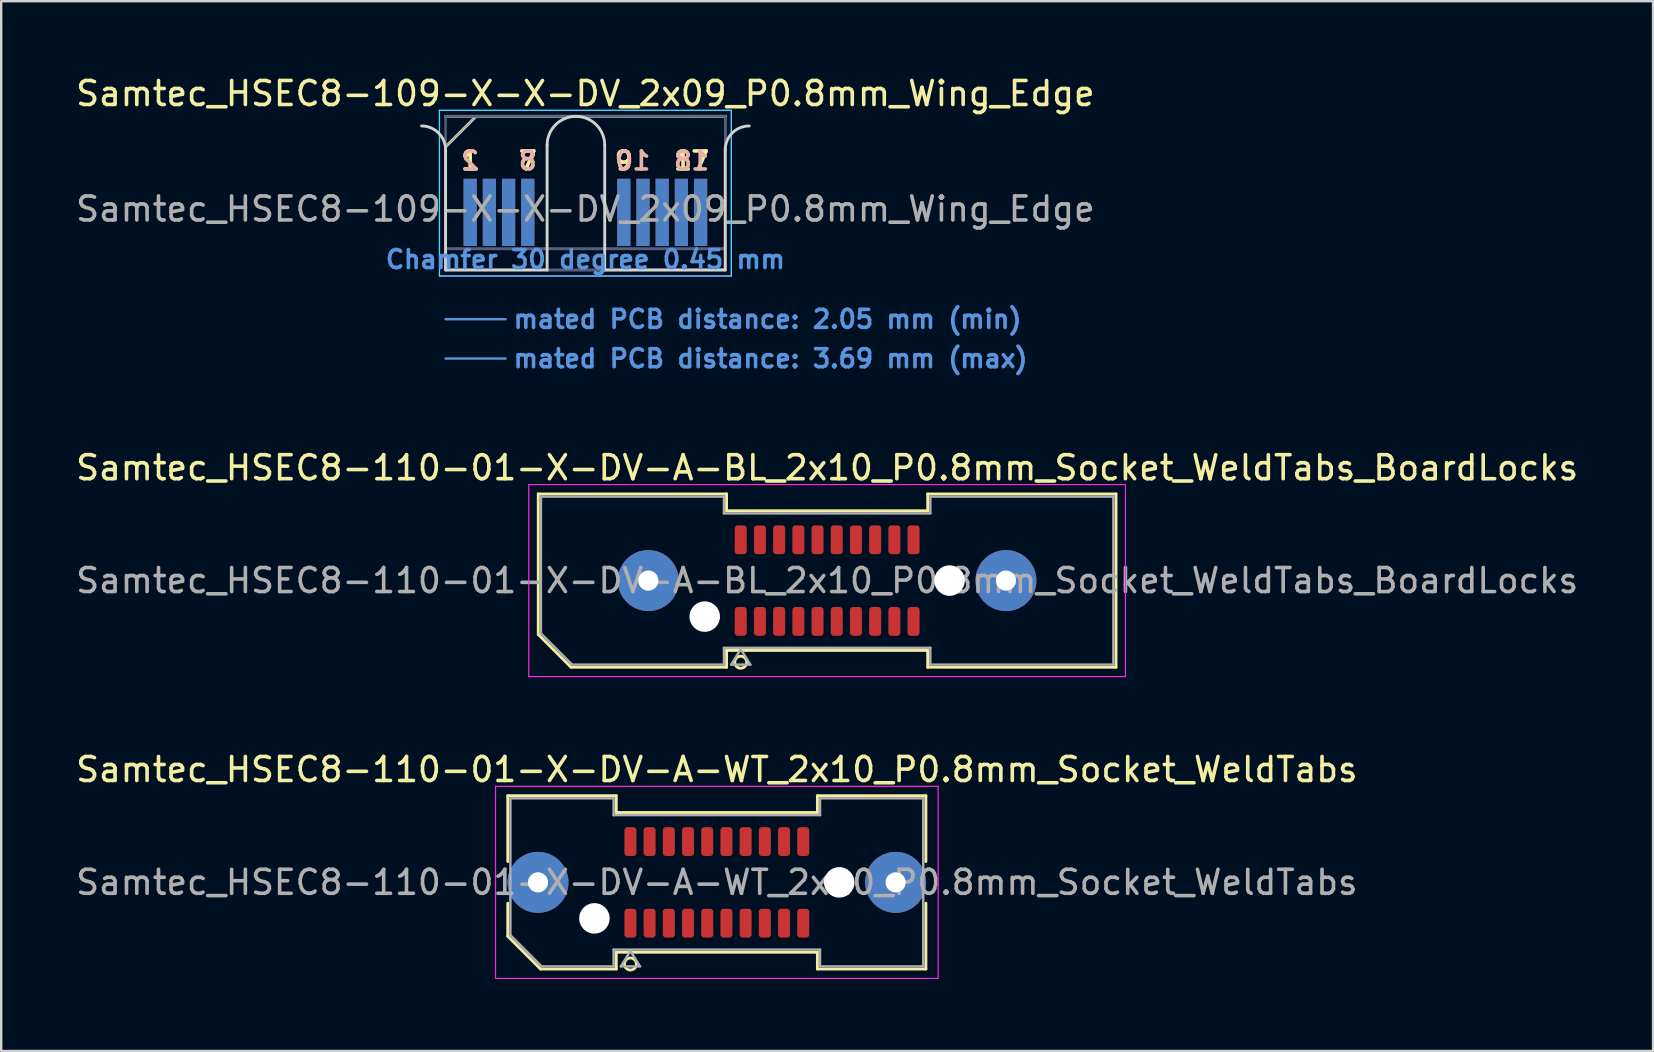
<source format=kicad_pcb>
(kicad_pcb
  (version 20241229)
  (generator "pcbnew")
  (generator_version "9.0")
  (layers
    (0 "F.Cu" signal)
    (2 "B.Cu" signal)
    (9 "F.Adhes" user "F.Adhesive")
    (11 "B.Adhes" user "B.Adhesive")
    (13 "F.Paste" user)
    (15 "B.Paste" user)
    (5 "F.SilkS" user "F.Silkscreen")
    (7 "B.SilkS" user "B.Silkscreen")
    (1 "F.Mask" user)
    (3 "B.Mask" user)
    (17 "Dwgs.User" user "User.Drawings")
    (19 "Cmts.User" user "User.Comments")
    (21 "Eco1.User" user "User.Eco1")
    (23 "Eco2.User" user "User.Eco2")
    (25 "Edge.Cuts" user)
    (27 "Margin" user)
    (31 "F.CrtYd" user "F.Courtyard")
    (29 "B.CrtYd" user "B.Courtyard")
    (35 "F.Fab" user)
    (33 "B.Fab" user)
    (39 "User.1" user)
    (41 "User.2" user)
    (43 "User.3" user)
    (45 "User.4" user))
  (footprint "Samtec_HSEC8-110-01-X-DV-A-WT_2x10_P0.8mm_Socket_WeldTabs"
    (layer "F.Cu")
    (at 26.815 33.712)
    (property "Reference" "Samtec_HSEC8-110-01-X-DV-A-WT_2x10_P0.8mm_Socket_WeldTabs" (at 0 -4.7 0) (layer "F.SilkS") (effects (font (size 1 1) (thickness 0.15))))
    (attr smd)
    (fp_line (start -8.71 -3.61) (end -4.19 -3.61) (stroke (width 0.12) (type solid)) (layer "F.SilkS"))
    (fp_line (start -8.71 -0.868) (end -8.71 -3.61) (stroke (width 0.12) (type solid)) (layer "F.SilkS"))
    (fp_line (start -8.71 2.246) (end -8.71 0.868) (stroke (width 0.12) (type solid)) (layer "F.SilkS"))
    (fp_line (start -7.346 3.61) (end -8.71 2.246) (stroke (width 0.12) (type solid)) (layer "F.SilkS"))
    (fp_line (start -4.19 -3.61) (end -4.19 -2.91) (stroke (width 0.12) (type solid)) (layer "F.SilkS"))
    (fp_line (start -4.19 -2.91) (end 4.19 -2.91) (stroke (width 0.12) (type solid)) (layer "F.SilkS"))
    (fp_line (start -4.19 2.91) (end -4.19 3.61) (stroke (width 0.12) (type solid)) (layer "F.SilkS"))
    (fp_line (start -4.19 3.61) (end -7.346 3.61) (stroke (width 0.12) (type solid)) (layer "F.SilkS"))
    (fp_line (start 4.19 -3.61) (end 8.71 -3.61) (stroke (width 0.12) (type solid)) (layer "F.SilkS"))
    (fp_line (start 4.19 -2.91) (end 4.19 -3.61) (stroke (width 0.12) (type solid)) (layer "F.SilkS"))
    (fp_line (start 4.19 2.91) (end -4.19 2.91) (stroke (width 0.12) (type solid)) (layer "F.SilkS"))
    (fp_line (start 4.19 3.61) (end 4.19 2.91) (stroke (width 0.12) (type solid)) (layer "F.SilkS"))
    (fp_line (start 8.71 -3.61) (end 8.71 -0.868) (stroke (width 0.12) (type solid)) (layer "F.SilkS"))
    (fp_line (start 8.71 0.868) (end 8.71 3.61) (stroke (width 0.12) (type solid)) (layer "F.SilkS"))
    (fp_line (start 8.71 3.61) (end 4.19 3.61) (stroke (width 0.12) (type solid)) (layer "F.SilkS"))
    (fp_circle (center -3.6 3.4) (end -3.35 3.4) (stroke (width 0.12) (type solid)) (fill no) (layer "F.SilkS"))
    (fp_line (start -9.22 -4) (end -9.22 4) (stroke (width 0.05) (type solid)) (layer "F.CrtYd"))
    (fp_line (start -9.22 4) (end 9.22 4) (stroke (width 0.05) (type solid)) (layer "F.CrtYd"))
    (fp_line (start 9.22 -4) (end -9.22 -4) (stroke (width 0.05) (type solid)) (layer "F.CrtYd"))
    (fp_line (start 9.22 4) (end 9.22 -4) (stroke (width 0.05) (type solid)) (layer "F.CrtYd"))
    (fp_line (start -8.6 -3.5) (end -4.3 -3.5) (stroke (width 0.1) (type solid)) (layer "F.Fab"))
    (fp_line (start -8.6 2.2) (end -8.6 -3.5) (stroke (width 0.1) (type solid)) (layer "F.Fab"))
    (fp_line (start -7.3 3.5) (end -8.6 2.2) (stroke (width 0.1) (type solid)) (layer "F.Fab"))
    (fp_line (start -4.3 -3.5) (end -4.3 -2.8) (stroke (width 0.1) (type solid)) (layer "F.Fab"))
    (fp_line (start -4.3 -2.8) (end 4.3 -2.8) (stroke (width 0.1) (type solid)) (layer "F.Fab"))
    (fp_line (start -4.3 2.8) (end -4.3 3.5) (stroke (width 0.1) (type solid)) (layer "F.Fab"))
    (fp_line (start -4.3 3.5) (end -7.3 3.5) (stroke (width 0.1) (type solid)) (layer "F.Fab"))
    (fp_line (start -4 3.5) (end -3.6 2.86) (stroke (width 0.1) (type solid)) (layer "F.Fab"))
    (fp_line (start -3.6 2.86) (end -3.2 3.5) (stroke (width 0.1) (type solid)) (layer "F.Fab"))
    (fp_line (start -3.2 3.5) (end -4 3.5) (stroke (width 0.1) (type solid)) (layer "F.Fab"))
    (fp_line (start 4.3 -3.5) (end 8.6 -3.5) (stroke (width 0.1) (type solid)) (layer "F.Fab"))
    (fp_line (start 4.3 -2.8) (end 4.3 -3.5) (stroke (width 0.1) (type solid)) (layer "F.Fab"))
    (fp_line (start 4.3 2.8) (end -4.3 2.8) (stroke (width 0.1) (type solid)) (layer "F.Fab"))
    (fp_line (start 4.3 3.5) (end 4.3 2.8) (stroke (width 0.1) (type solid)) (layer "F.Fab"))
    (fp_line (start 8.6 -3.5) (end 8.6 3.5) (stroke (width 0.1) (type solid)) (layer "F.Fab"))
    (fp_line (start 8.6 3.5) (end 4.3 3.5) (stroke (width 0.1) (type solid)) (layer "F.Fab"))
    (fp_text user "${REFERENCE}" (at 0 0 0) (layer "F.Fab") (effects (font (size 1 1) (thickness 0.15))))
    (pad "" thru_hole circle (at -7.45 0) (size 2.54 2.54) (drill 0.84) (layers "*.Cu" "*.Mask" "F.Paste"))
    (pad "" np_thru_hole circle (at -5.1 1.5) (size 1.27 1.27) (drill 1.27) (layers "*.Cu" "*.Mask"))
    (pad "" np_thru_hole circle (at 5.1 0) (size 1.27 1.27) (drill 1.27) (layers "*.Cu" "*.Mask"))
    (pad "" thru_hole circle (at 7.45 0) (size 2.54 2.54) (drill 0.84) (layers "*.Cu" "*.Mask" "F.Paste"))
    (pad "1" smd roundrect (at -3.6 1.7) (size 0.5 1.2) (layers "F.Cu" "F.Mask" "F.Paste") (roundrect_rratio 0.25))
    (pad "2" smd roundrect (at -3.6 -1.7) (size 0.5 1.2) (layers "F.Cu" "F.Mask" "F.Paste") (roundrect_rratio 0.25))
    (pad "3" smd roundrect (at -2.8 1.7) (size 0.5 1.2) (layers "F.Cu" "F.Mask" "F.Paste") (roundrect_rratio 0.25))
    (pad "4" smd roundrect (at -2.8 -1.7) (size 0.5 1.2) (layers "F.Cu" "F.Mask" "F.Paste") (roundrect_rratio 0.25))
    (pad "5" smd roundrect (at -2 1.7) (size 0.5 1.2) (layers "F.Cu" "F.Mask" "F.Paste") (roundrect_rratio 0.25))
    (pad "6" smd roundrect (at -2 -1.7) (size 0.5 1.2) (layers "F.Cu" "F.Mask" "F.Paste") (roundrect_rratio 0.25))
    (pad "7" smd roundrect (at -1.2 1.7) (size 0.5 1.2) (layers "F.Cu" "F.Mask" "F.Paste") (roundrect_rratio 0.25))
    (pad "8" smd roundrect (at -1.2 -1.7) (size 0.5 1.2) (layers "F.Cu" "F.Mask" "F.Paste") (roundrect_rratio 0.25))
    (pad "9" smd roundrect (at -0.4 1.7) (size 0.5 1.2) (layers "F.Cu" "F.Mask" "F.Paste") (roundrect_rratio 0.25))
    (pad "10" smd roundrect (at -0.4 -1.7) (size 0.5 1.2) (layers "F.Cu" "F.Mask" "F.Paste") (roundrect_rratio 0.25))
    (pad "11" smd roundrect (at 0.4 1.7) (size 0.5 1.2) (layers "F.Cu" "F.Mask" "F.Paste") (roundrect_rratio 0.25))
    (pad "12" smd roundrect (at 0.4 -1.7) (size 0.5 1.2) (layers "F.Cu" "F.Mask" "F.Paste") (roundrect_rratio 0.25))
    (pad "13" smd roundrect (at 1.2 1.7) (size 0.5 1.2) (layers "F.Cu" "F.Mask" "F.Paste") (roundrect_rratio 0.25))
    (pad "14" smd roundrect (at 1.2 -1.7) (size 0.5 1.2) (layers "F.Cu" "F.Mask" "F.Paste") (roundrect_rratio 0.25))
    (pad "15" smd roundrect (at 2 1.7) (size 0.5 1.2) (layers "F.Cu" "F.Mask" "F.Paste") (roundrect_rratio 0.25))
    (pad "16" smd roundrect (at 2 -1.7) (size 0.5 1.2) (layers "F.Cu" "F.Mask" "F.Paste") (roundrect_rratio 0.25))
    (pad "17" smd roundrect (at 2.8 1.7) (size 0.5 1.2) (layers "F.Cu" "F.Mask" "F.Paste") (roundrect_rratio 0.25))
    (pad "18" smd roundrect (at 2.8 -1.7) (size 0.5 1.2) (layers "F.Cu" "F.Mask" "F.Paste") (roundrect_rratio 0.25))
    (pad "19" smd roundrect (at 3.6 1.7) (size 0.5 1.2) (layers "F.Cu" "F.Mask" "F.Paste") (roundrect_rratio 0.25))
    (pad "20" smd roundrect (at 3.6 -1.7) (size 0.5 1.2) (layers "F.Cu" "F.Mask" "F.Paste") (roundrect_rratio 0.25)))
  (footprint "Samtec_HSEC8-110-01-X-DV-A-BL_2x10_P0.8mm_Socket_WeldTabs_BoardLocks"
    (layer "F.Cu")
    (at 31.411 21.139)
    (property "Reference" "Samtec_HSEC8-110-01-X-DV-A-BL_2x10_P0.8mm_Socket_WeldTabs_BoardLocks" (at 0 -4.7 0) (layer "F.SilkS") (effects (font (size 1 1) (thickness 0.15))))
    (attr smd)
    (fp_line (start -12.035 -3.61) (end -4.19 -3.61) (stroke (width 0.12) (type solid)) (layer "F.SilkS"))
    (fp_line (start -12.035 2.246) (end -12.035 -3.61) (stroke (width 0.12) (type solid)) (layer "F.SilkS"))
    (fp_line (start -10.671 3.61) (end -12.035 2.246) (stroke (width 0.12) (type solid)) (layer "F.SilkS"))
    (fp_line (start -4.19 -3.61) (end -4.19 -2.91) (stroke (width 0.12) (type solid)) (layer "F.SilkS"))
    (fp_line (start -4.19 -2.91) (end 4.19 -2.91) (stroke (width 0.12) (type solid)) (layer "F.SilkS"))
    (fp_line (start -4.19 2.91) (end -4.19 3.61) (stroke (width 0.12) (type solid)) (layer "F.SilkS"))
    (fp_line (start -4.19 3.61) (end -10.671 3.61) (stroke (width 0.12) (type solid)) (layer "F.SilkS"))
    (fp_line (start 4.19 -3.61) (end 12.035 -3.61) (stroke (width 0.12) (type solid)) (layer "F.SilkS"))
    (fp_line (start 4.19 -2.91) (end 4.19 -3.61) (stroke (width 0.12) (type solid)) (layer "F.SilkS"))
    (fp_line (start 4.19 2.91) (end -4.19 2.91) (stroke (width 0.12) (type solid)) (layer "F.SilkS"))
    (fp_line (start 4.19 3.61) (end 4.19 2.91) (stroke (width 0.12) (type solid)) (layer "F.SilkS"))
    (fp_line (start 12.035 -3.61) (end 12.035 3.61) (stroke (width 0.12) (type solid)) (layer "F.SilkS"))
    (fp_line (start 12.035 3.61) (end 4.19 3.61) (stroke (width 0.12) (type solid)) (layer "F.SilkS"))
    (fp_circle (center -3.6 3.4) (end -3.35 3.4) (stroke (width 0.12) (type solid)) (fill no) (layer "F.SilkS"))
    (fp_line (start -12.43 -4) (end -12.43 4) (stroke (width 0.05) (type solid)) (layer "F.CrtYd"))
    (fp_line (start -12.43 4) (end 12.43 4) (stroke (width 0.05) (type solid)) (layer "F.CrtYd"))
    (fp_line (start 12.43 -4) (end -12.43 -4) (stroke (width 0.05) (type solid)) (layer "F.CrtYd"))
    (fp_line (start 12.43 4) (end 12.43 -4) (stroke (width 0.05) (type solid)) (layer "F.CrtYd"))
    (fp_line (start -11.925 -3.5) (end -4.3 -3.5) (stroke (width 0.1) (type solid)) (layer "F.Fab"))
    (fp_line (start -11.925 2.2) (end -11.925 -3.5) (stroke (width 0.1) (type solid)) (layer "F.Fab"))
    (fp_line (start -10.625 3.5) (end -11.925 2.2) (stroke (width 0.1) (type solid)) (layer "F.Fab"))
    (fp_line (start -4.3 -3.5) (end -4.3 -2.8) (stroke (width 0.1) (type solid)) (layer "F.Fab"))
    (fp_line (start -4.3 -2.8) (end 4.3 -2.8) (stroke (width 0.1) (type solid)) (layer "F.Fab"))
    (fp_line (start -4.3 2.8) (end -4.3 3.5) (stroke (width 0.1) (type solid)) (layer "F.Fab"))
    (fp_line (start -4.3 3.5) (end -10.625 3.5) (stroke (width 0.1) (type solid)) (layer "F.Fab"))
    (fp_line (start -4 3.5) (end -3.6 2.86) (stroke (width 0.1) (type solid)) (layer "F.Fab"))
    (fp_line (start -3.6 2.86) (end -3.2 3.5) (stroke (width 0.1) (type solid)) (layer "F.Fab"))
    (fp_line (start -3.2 3.5) (end -4 3.5) (stroke (width 0.1) (type solid)) (layer "F.Fab"))
    (fp_line (start 4.3 -3.5) (end 11.925 -3.5) (stroke (width 0.1) (type solid)) (layer "F.Fab"))
    (fp_line (start 4.3 -2.8) (end 4.3 -3.5) (stroke (width 0.1) (type solid)) (layer "F.Fab"))
    (fp_line (start 4.3 2.8) (end -4.3 2.8) (stroke (width 0.1) (type solid)) (layer "F.Fab"))
    (fp_line (start 4.3 3.5) (end 4.3 2.8) (stroke (width 0.1) (type solid)) (layer "F.Fab"))
    (fp_line (start 11.925 -3.5) (end 11.925 3.5) (stroke (width 0.1) (type solid)) (layer "F.Fab"))
    (fp_line (start 11.925 3.5) (end 4.3 3.5) (stroke (width 0.1) (type solid)) (layer "F.Fab"))
    (fp_text user "${REFERENCE}" (at 0 0 0) (layer "F.Fab") (effects (font (size 1 1) (thickness 0.15))))
    (pad "" thru_hole circle (at -7.45 0) (size 2.54 2.54) (drill 0.84) (layers "*.Cu" "*.Mask" "F.Paste"))
    (pad "" np_thru_hole circle (at -5.1 1.5) (size 1.27 1.27) (drill 1.27) (layers "*.Cu" "*.Mask"))
    (pad "" np_thru_hole circle (at 5.1 0) (size 1.27 1.27) (drill 1.27) (layers "*.Cu" "*.Mask"))
    (pad "" thru_hole circle (at 7.45 0) (size 2.54 2.54) (drill 0.84) (layers "*.Cu" "*.Mask" "F.Paste"))
    (pad "1" smd roundrect (at -3.6 1.7) (size 0.5 1.2) (layers "F.Cu" "F.Mask" "F.Paste") (roundrect_rratio 0.25))
    (pad "2" smd roundrect (at -3.6 -1.7) (size 0.5 1.2) (layers "F.Cu" "F.Mask" "F.Paste") (roundrect_rratio 0.25))
    (pad "3" smd roundrect (at -2.8 1.7) (size 0.5 1.2) (layers "F.Cu" "F.Mask" "F.Paste") (roundrect_rratio 0.25))
    (pad "4" smd roundrect (at -2.8 -1.7) (size 0.5 1.2) (layers "F.Cu" "F.Mask" "F.Paste") (roundrect_rratio 0.25))
    (pad "5" smd roundrect (at -2 1.7) (size 0.5 1.2) (layers "F.Cu" "F.Mask" "F.Paste") (roundrect_rratio 0.25))
    (pad "6" smd roundrect (at -2 -1.7) (size 0.5 1.2) (layers "F.Cu" "F.Mask" "F.Paste") (roundrect_rratio 0.25))
    (pad "7" smd roundrect (at -1.2 1.7) (size 0.5 1.2) (layers "F.Cu" "F.Mask" "F.Paste") (roundrect_rratio 0.25))
    (pad "8" smd roundrect (at -1.2 -1.7) (size 0.5 1.2) (layers "F.Cu" "F.Mask" "F.Paste") (roundrect_rratio 0.25))
    (pad "9" smd roundrect (at -0.4 1.7) (size 0.5 1.2) (layers "F.Cu" "F.Mask" "F.Paste") (roundrect_rratio 0.25))
    (pad "10" smd roundrect (at -0.4 -1.7) (size 0.5 1.2) (layers "F.Cu" "F.Mask" "F.Paste") (roundrect_rratio 0.25))
    (pad "11" smd roundrect (at 0.4 1.7) (size 0.5 1.2) (layers "F.Cu" "F.Mask" "F.Paste") (roundrect_rratio 0.25))
    (pad "12" smd roundrect (at 0.4 -1.7) (size 0.5 1.2) (layers "F.Cu" "F.Mask" "F.Paste") (roundrect_rratio 0.25))
    (pad "13" smd roundrect (at 1.2 1.7) (size 0.5 1.2) (layers "F.Cu" "F.Mask" "F.Paste") (roundrect_rratio 0.25))
    (pad "14" smd roundrect (at 1.2 -1.7) (size 0.5 1.2) (layers "F.Cu" "F.Mask" "F.Paste") (roundrect_rratio 0.25))
    (pad "15" smd roundrect (at 2 1.7) (size 0.5 1.2) (layers "F.Cu" "F.Mask" "F.Paste") (roundrect_rratio 0.25))
    (pad "16" smd roundrect (at 2 -1.7) (size 0.5 1.2) (layers "F.Cu" "F.Mask" "F.Paste") (roundrect_rratio 0.25))
    (pad "17" smd roundrect (at 2.8 1.7) (size 0.5 1.2) (layers "F.Cu" "F.Mask" "F.Paste") (roundrect_rratio 0.25))
    (pad "18" smd roundrect (at 2.8 -1.7) (size 0.5 1.2) (layers "F.Cu" "F.Mask" "F.Paste") (roundrect_rratio 0.25))
    (pad "19" smd roundrect (at 3.6 1.7) (size 0.5 1.2) (layers "F.Cu" "F.Mask" "F.Paste") (roundrect_rratio 0.25))
    (pad "20" smd roundrect (at 3.6 -1.7) (size 0.5 1.2) (layers "F.Cu" "F.Mask" "F.Paste") (roundrect_rratio 0.25)))
  (footprint "Samtec_HSEC8-109-X-X-DV_2x09_P0.8mm_Wing_Edge"
    (layer "F.Cu")
    (at 21.339 8.198)
    (property "Reference" "Samtec_HSEC8-109-X-X-DV_2x09_P0.8mm_Wing_Edge" (at 0 -7.35 0) (layer "F.SilkS") (effects (font (size 1 1) (thickness 0.15))))
    (attr exclude_from_pos_files exclude_from_bom)
    (fp_line (start -5.825 -5.13) (end -4.555 -6.4) (stroke (width 0.12) (type solid)) (layer "F.SilkS"))
    (fp_line (start -4.555 -6.4) (end 5.825 -6.4) (stroke (width 0.12) (type solid)) (layer "F.SilkS"))
    (fp_line (start -5.825 -6.4) (end -5.825 -6.4) (stroke (width 0.12) (type solid)) (layer "B.SilkS"))
    (fp_line (start -5.825 -6.4) (end 5.825 -6.4) (stroke (width 0.12) (type solid)) (layer "B.SilkS"))
    (fp_line (start -5.825 2.05) (end -3.325 2.05) (stroke (width 0.1) (type solid)) (layer "Cmts.User"))
    (fp_line (start -5.825 3.69) (end -3.325 3.69) (stroke (width 0.1) (type solid)) (layer "Cmts.User"))
    (fp_line (start -5.825 -5) (end -5.825 0) (stroke (width 0.12) (type solid)) (layer "Edge.Cuts"))
    (fp_line (start -5.825 0) (end -1.595 0) (stroke (width 0.12) (type solid)) (layer "Edge.Cuts"))
    (fp_line (start -1.595 0) (end -1.595 -5.2) (stroke (width 0.12) (type solid)) (layer "Edge.Cuts"))
    (fp_line (start 0.805 -5.2) (end 0.805 0) (stroke (width 0.12) (type solid)) (layer "Edge.Cuts"))
    (fp_line (start 0.805 0) (end 5.825 0) (stroke (width 0.12) (type solid)) (layer "Edge.Cuts"))
    (fp_line (start 5.825 0) (end 5.825 -5) (stroke (width 0.12) (type solid)) (layer "Edge.Cuts"))
    (fp_arc (start -6.825 -6) (mid -6.117893 -5.707107) (end -5.825 -5) (stroke (width 0.12) (type solid)) (layer "Edge.Cuts"))
    (fp_arc (start -1.595 -5.2) (mid -0.395 -6.4) (end 0.805 -5.2) (stroke (width 0.12) (type solid)) (layer "Edge.Cuts"))
    (fp_arc (start 5.825 -5) (mid 6.117893 -5.707107) (end 6.825 -6) (stroke (width 0.12) (type solid)) (layer "Edge.Cuts"))
    (fp_line (start -6.08 -6.65) (end -6.08 0.25) (stroke (width 0.05) (type solid)) (layer "B.CrtYd"))
    (fp_line (start -6.08 0.25) (end 6.08 0.25) (stroke (width 0.05) (type solid)) (layer "B.CrtYd"))
    (fp_line (start 6.08 -6.65) (end -6.08 -6.65) (stroke (width 0.05) (type solid)) (layer "B.CrtYd"))
    (fp_line (start 6.08 0.25) (end 6.08 -6.65) (stroke (width 0.05) (type solid)) (layer "B.CrtYd"))
    (fp_line (start -6.08 -6.65) (end -6.08 0.25) (stroke (width 0.05) (type solid)) (layer "F.CrtYd"))
    (fp_line (start -6.08 0.25) (end 6.08 0.25) (stroke (width 0.05) (type solid)) (layer "F.CrtYd"))
    (fp_line (start 6.08 -6.65) (end -6.08 -6.65) (stroke (width 0.05) (type solid)) (layer "F.CrtYd"))
    (fp_line (start 6.08 0.25) (end 6.08 -6.65) (stroke (width 0.05) (type solid)) (layer "F.CrtYd"))
    (fp_line (start -5.825 -6.4) (end -5.825 -6.4) (stroke (width 0.1) (type solid)) (layer "B.Fab"))
    (fp_line (start -5.825 -6.4) (end -5.825 0) (stroke (width 0.1) (type solid)) (layer "B.Fab"))
    (fp_line (start -5.825 -6.4) (end 5.825 -6.4) (stroke (width 0.1) (type solid)) (layer "B.Fab"))
    (fp_line (start -5.825 -0.88) (end 5.825 -0.88) (stroke (width 0.1) (type solid)) (layer "B.Fab"))
    (fp_line (start -5.825 0) (end 5.825 0) (stroke (width 0.1) (type solid)) (layer "B.Fab"))
    (fp_line (start 5.825 -6.4) (end 5.825 0) (stroke (width 0.1) (type solid)) (layer "B.Fab"))
    (fp_line (start -5.825 -5.13) (end -5.825 0) (stroke (width 0.1) (type solid)) (layer "F.Fab"))
    (fp_line (start -5.825 -5.13) (end -4.555 -6.4) (stroke (width 0.1) (type solid)) (layer "F.Fab"))
    (fp_line (start -5.825 -0.88) (end 5.825 -0.88) (stroke (width 0.1) (type solid)) (layer "F.Fab"))
    (fp_line (start -5.825 0) (end 5.825 0) (stroke (width 0.1) (type solid)) (layer "F.Fab"))
    (fp_line (start -4.555 -6.4) (end 5.825 -6.4) (stroke (width 0.1) (type solid)) (layer "F.Fab"))
    (fp_line (start 5.825 -6.4) (end 5.825 0) (stroke (width 0.1) (type solid)) (layer "F.Fab"))
    (fp_text user "7" (at -2.4 -4.55 0) (layer "F.SilkS") (effects (font (size 0.75 0.75) (thickness 0.15))))
    (fp_text user "9" (at 1.6 -4.55 0) (layer "F.SilkS") (effects (font (size 0.75 0.75) (thickness 0.15))))
    (fp_text user "17" (at 4.425 -4.55 0) (layer "F.SilkS") (effects (font (size 0.75 0.75) (thickness 0.15))))
    (fp_text user "1" (at -4.8 -4.55 0) (layer "F.SilkS") (effects (font (size 0.75 0.75) (thickness 0.15))))
    (fp_text user "18" (at 4.425 -4.55 0) (layer "B.SilkS") (effects (font (size 0.75 0.75) (thickness 0.15)) (justify mirror)))
    (fp_text user "10" (at 1.975 -4.55 0) (layer "B.SilkS") (effects (font (size 0.75 0.75) (thickness 0.15)) (justify mirror)))
    (fp_text user "8" (at -2.4 -4.55 0) (layer "B.SilkS") (effects (font (size 0.75 0.75) (thickness 0.15)) (justify mirror)))
    (fp_text user "2" (at -4.8 -4.55 0) (layer "B.SilkS") (effects (font (size 0.75 0.75) (thickness 0.15)) (justify mirror)))
    (fp_text user "mated PCB distance: 3.69 mm (max)" (at -3.08 3.69 0) (layer "Cmts.User") (effects (font (size 0.75 0.75) (thickness 0.15)) (justify left)))
    (fp_text user "mated PCB distance: 2.05 mm (min)" (at -3.08 2.05 0) (layer "Cmts.User") (effects (font (size 0.75 0.75) (thickness 0.15)) (justify left)))
    (fp_text user "Chamfer 30 degree 0.45 mm" (at 0 -0.44 0) (layer "Cmts.User") (effects (font (size 0.75 0.75) (thickness 0.15))))
    (fp_text user "${REFERENCE}" (at 0 -2.54 0) (layer "F.Fab") (effects (font (size 1 1) (thickness 0.15))))
    (pad "1" connect rect (at -4.8 -2.4) (size 0.55 2.8) (layers "F.Cu" "F.Mask"))
    (pad "2" connect rect (at -4.8 -2.4) (size 0.55 2.8) (layers "B.Cu" "B.Mask"))
    (pad "3" connect rect (at -4 -2.4) (size 0.55 2.8) (layers "F.Cu" "F.Mask"))
    (pad "4" connect rect (at -4 -2.4) (size 0.55 2.8) (layers "B.Cu" "B.Mask"))
    (pad "5" connect rect (at -3.2 -2.4) (size 0.55 2.8) (layers "F.Cu" "F.Mask"))
    (pad "6" connect rect (at -3.2 -2.4) (size 0.55 2.8) (layers "B.Cu" "B.Mask"))
    (pad "7" connect rect (at -2.4 -2.4) (size 0.55 2.8) (layers "F.Cu" "F.Mask"))
    (pad "8" connect rect (at -2.4 -2.4) (size 0.55 2.8) (layers "B.Cu" "B.Mask"))
    (pad "9" connect rect (at 1.6 -2.4) (size 0.55 2.8) (layers "F.Cu" "F.Mask"))
    (pad "10" connect rect (at 1.6 -2.4) (size 0.55 2.8) (layers "B.Cu" "B.Mask"))
    (pad "11" connect rect (at 2.4 -2.4) (size 0.55 2.8) (layers "F.Cu" "F.Mask"))
    (pad "12" connect rect (at 2.4 -2.4) (size 0.55 2.8) (layers "B.Cu" "B.Mask"))
    (pad "13" connect rect (at 3.2 -2.4) (size 0.55 2.8) (layers "F.Cu" "F.Mask"))
    (pad "14" connect rect (at 3.2 -2.4) (size 0.55 2.8) (layers "B.Cu" "B.Mask"))
    (pad "15" connect rect (at 4 -2.4) (size 0.55 2.8) (layers "F.Cu" "F.Mask"))
    (pad "16" connect rect (at 4 -2.4) (size 0.55 2.8) (layers "B.Cu" "B.Mask"))
    (pad "17" connect rect (at 4.8 -2.4) (size 0.55 2.8) (layers "F.Cu" "F.Mask"))
    (pad "18" connect rect (at 4.8 -2.4) (size 0.55 2.8) (layers "B.Cu" "B.Mask")))
  (gr_rect
    (start -3 -3)
    (end 65.821 40.737)
    (stroke (width 0.1) (type default))
    (fill no)
    (layer "Edge.Cuts")))
</source>
